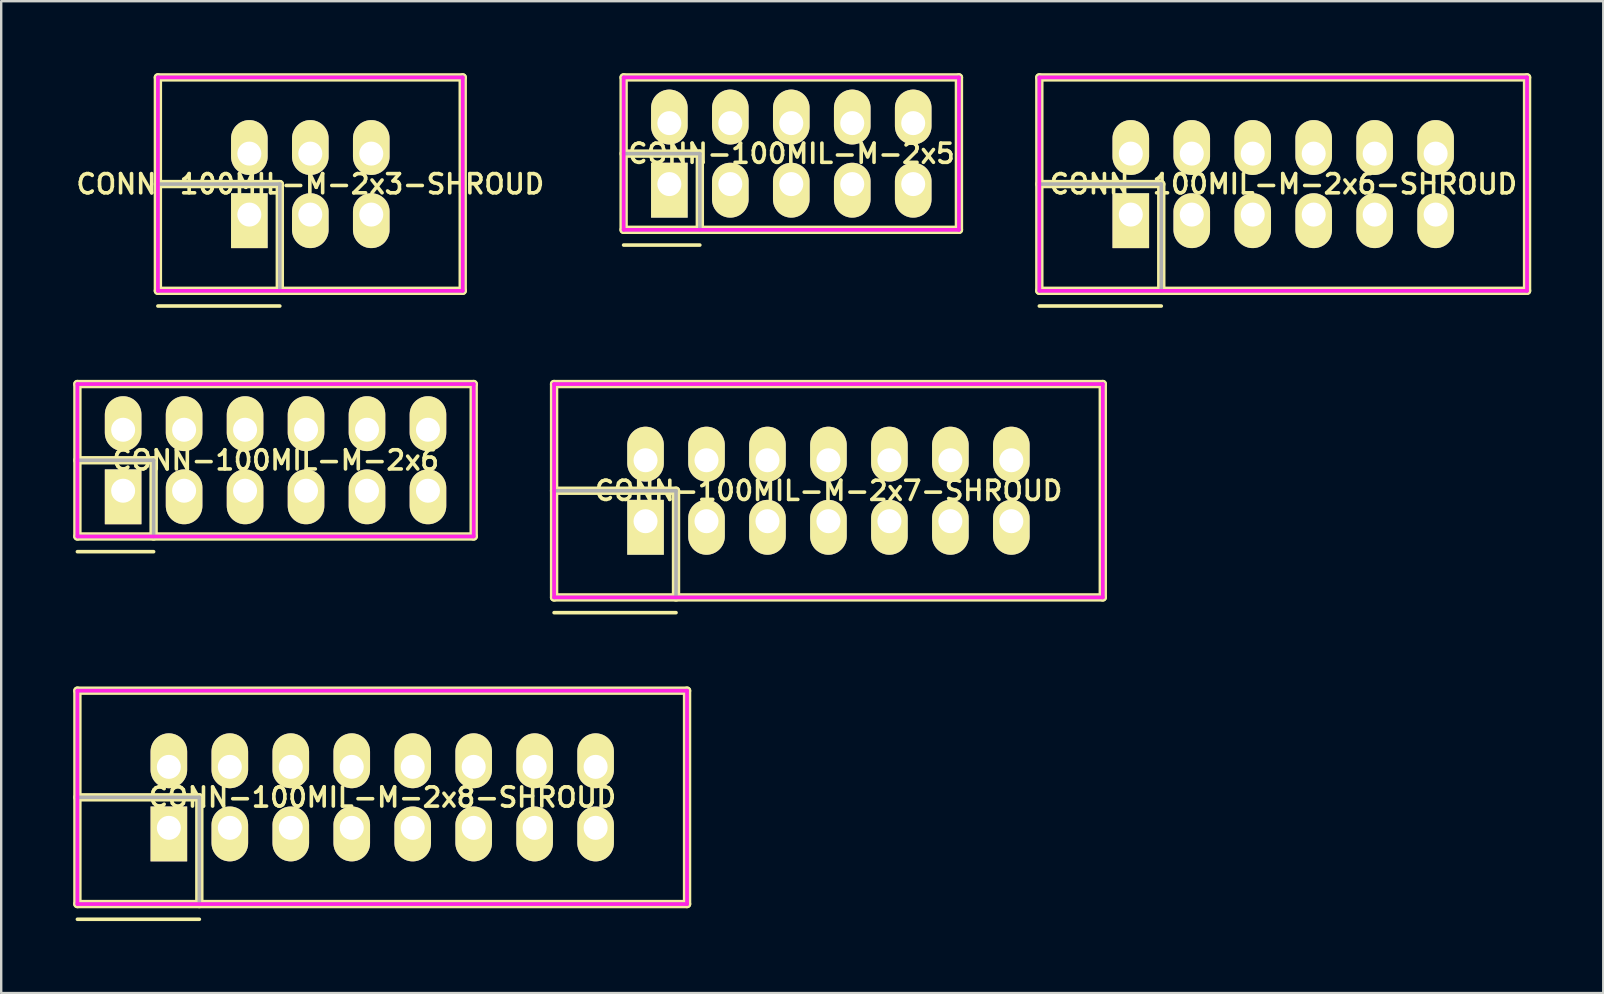
<source format=kicad_pcb>
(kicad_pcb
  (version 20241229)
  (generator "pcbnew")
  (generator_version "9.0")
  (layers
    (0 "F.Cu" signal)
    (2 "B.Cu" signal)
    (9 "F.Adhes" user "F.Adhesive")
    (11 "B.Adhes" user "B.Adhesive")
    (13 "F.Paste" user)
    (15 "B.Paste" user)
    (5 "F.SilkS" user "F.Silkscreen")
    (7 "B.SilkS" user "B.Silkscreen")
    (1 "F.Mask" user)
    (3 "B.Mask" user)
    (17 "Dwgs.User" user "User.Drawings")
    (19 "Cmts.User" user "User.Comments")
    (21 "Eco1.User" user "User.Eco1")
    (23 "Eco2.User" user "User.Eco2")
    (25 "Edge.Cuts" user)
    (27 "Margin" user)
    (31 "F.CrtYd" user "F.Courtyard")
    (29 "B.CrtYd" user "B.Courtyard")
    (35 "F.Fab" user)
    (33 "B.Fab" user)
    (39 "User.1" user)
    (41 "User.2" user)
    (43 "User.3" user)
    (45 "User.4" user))
  (footprint "CONN-100MIL-M-2x6-SHROUD"
    (layer "F.Cu")
    (at 50.412 4.62)
    (property "Reference" "CONN-100MIL-M-2x6-SHROUD" (at 0 0 0) (layer "F.SilkS") (effects (font (size 0.8 0.8) (thickness 0.15))))
    (attr through_hole)
    (fp_line (start -10.16 -4.445) (end 10.16 -4.445) (stroke (width 0.35) (type solid)) (layer "F.SilkS"))
    (fp_line (start -10.16 0) (end -5.08 0) (stroke (width 0.35) (type solid)) (layer "F.SilkS"))
    (fp_line (start -10.16 4.445) (end -10.16 -4.445) (stroke (width 0.35) (type solid)) (layer "F.SilkS"))
    (fp_line (start -10.16 5.08) (end -5.08 5.08) (stroke (width 0.15) (type solid)) (layer "F.SilkS"))
    (fp_line (start -5.08 0) (end -5.08 4.445) (stroke (width 0.35) (type solid)) (layer "F.SilkS"))
    (fp_line (start 10.16 -4.445) (end 10.16 4.445) (stroke (width 0.35) (type solid)) (layer "F.SilkS"))
    (fp_line (start 10.16 4.445) (end -10.16 4.445) (stroke (width 0.35) (type solid)) (layer "F.SilkS"))
    (fp_line (start -10.16 -4.445) (end 10.16 -4.445) (stroke (width 0.15) (type solid)) (layer "F.CrtYd"))
    (fp_line (start -10.16 4.445) (end -10.16 -4.445) (stroke (width 0.15) (type solid)) (layer "F.CrtYd"))
    (fp_line (start 10.16 -4.445) (end 10.16 4.445) (stroke (width 0.15) (type solid)) (layer "F.CrtYd"))
    (fp_line (start 10.16 4.445) (end -10.16 4.445) (stroke (width 0.15) (type solid)) (layer "F.CrtYd"))
    (fp_line (start -10.16 -4.445) (end 10.16 -4.445) (stroke (width 0.15) (type solid)) (layer "F.Fab"))
    (fp_line (start -10.16 0) (end -5.08 0) (stroke (width 0.15) (type solid)) (layer "F.Fab"))
    (fp_line (start -10.16 4.445) (end -10.16 -4.445) (stroke (width 0.15) (type solid)) (layer "F.Fab"))
    (fp_line (start -5.08 0) (end -5.08 4.445) (stroke (width 0.15) (type solid)) (layer "F.Fab"))
    (fp_line (start 10.16 -4.445) (end 10.16 4.445) (stroke (width 0.15) (type solid)) (layer "F.Fab"))
    (fp_line (start 10.16 4.445) (end -10.16 4.445) (stroke (width 0.15) (type solid)) (layer "F.Fab"))
    (pad "1" thru_hole rect (at -6.35 1.27) (size 1.524 2.286) (drill 1 (offset 0 0.254)) (layers "*.Cu" "*.Mask" "F.SilkS"))
    (pad "2" thru_hole oval (at -6.35 -1.27) (size 1.524 2.286) (drill 1 (offset 0 -0.254)) (layers "*.Cu" "*.Mask" "F.SilkS"))
    (pad "3" thru_hole oval (at -3.81 1.27) (size 1.524 2.286) (drill 1 (offset 0 0.254)) (layers "*.Cu" "*.Mask" "F.SilkS"))
    (pad "4" thru_hole oval (at -3.81 -1.27) (size 1.524 2.286) (drill 1 (offset 0 -0.254)) (layers "*.Cu" "*.Mask" "F.SilkS"))
    (pad "5" thru_hole oval (at -1.27 1.27) (size 1.524 2.286) (drill 1 (offset 0 0.254)) (layers "*.Cu" "*.Mask" "F.SilkS"))
    (pad "6" thru_hole oval (at -1.27 -1.27) (size 1.524 2.286) (drill 1 (offset 0 -0.254)) (layers "*.Cu" "*.Mask" "F.SilkS"))
    (pad "7" thru_hole oval (at 1.27 1.27) (size 1.524 2.286) (drill 1 (offset 0 0.254)) (layers "*.Cu" "*.Mask" "F.SilkS"))
    (pad "8" thru_hole oval (at 1.27 -1.27) (size 1.524 2.286) (drill 1 (offset 0 -0.254)) (layers "*.Cu" "*.Mask" "F.SilkS"))
    (pad "9" thru_hole oval (at 3.81 1.27) (size 1.524 2.286) (drill 1 (offset 0 0.254)) (layers "*.Cu" "*.Mask" "F.SilkS"))
    (pad "10" thru_hole oval (at 3.81 -1.27) (size 1.524 2.286) (drill 1 (offset 0 -0.254)) (layers "*.Cu" "*.Mask" "F.SilkS"))
    (pad "11" thru_hole oval (at 6.35 1.27) (size 1.524 2.286) (drill 1 (offset 0 0.254)) (layers "*.Cu" "*.Mask" "F.SilkS"))
    (pad "12" thru_hole oval (at 6.35 -1.27) (size 1.524 2.286) (drill 1 (offset 0 -0.254)) (layers "*.Cu" "*.Mask" "F.SilkS")))
  (footprint "CONN-100MIL-M-2x5"
    (layer "F.Cu")
    (at 29.917 3.35)
    (property "Reference" "CONN-100MIL-M-2x5" (at 0 0 0) (layer "F.SilkS") (effects (font (size 0.8 0.8) (thickness 0.15))))
    (attr through_hole)
    (fp_line (start -6.985 -3.175) (end 6.985 -3.175) (stroke (width 0.35) (type solid)) (layer "F.SilkS"))
    (fp_line (start -6.985 0) (end -3.81 0) (stroke (width 0.35) (type solid)) (layer "F.SilkS"))
    (fp_line (start -6.985 3.175) (end -6.985 -3.175) (stroke (width 0.35) (type solid)) (layer "F.SilkS"))
    (fp_line (start -6.985 3.81) (end -3.81 3.81) (stroke (width 0.15) (type solid)) (layer "F.SilkS"))
    (fp_line (start -3.81 0) (end -3.81 3.175) (stroke (width 0.35) (type solid)) (layer "F.SilkS"))
    (fp_line (start 6.985 -3.175) (end 6.985 3.175) (stroke (width 0.35) (type solid)) (layer "F.SilkS"))
    (fp_line (start 6.985 3.175) (end -6.985 3.175) (stroke (width 0.35) (type solid)) (layer "F.SilkS"))
    (fp_line (start -6.985 -3.175) (end 6.985 -3.175) (stroke (width 0.15) (type solid)) (layer "F.CrtYd"))
    (fp_line (start -6.985 3.175) (end -6.985 -3.175) (stroke (width 0.15) (type solid)) (layer "F.CrtYd"))
    (fp_line (start 6.985 -3.175) (end 6.985 3.175) (stroke (width 0.15) (type solid)) (layer "F.CrtYd"))
    (fp_line (start 6.985 3.175) (end -6.985 3.175) (stroke (width 0.15) (type solid)) (layer "F.CrtYd"))
    (fp_line (start -6.985 -3.175) (end 6.985 -3.175) (stroke (width 0.15) (type solid)) (layer "F.Fab"))
    (fp_line (start -6.985 0) (end -3.81 0) (stroke (width 0.15) (type solid)) (layer "F.Fab"))
    (fp_line (start -6.985 3.175) (end -6.985 -3.175) (stroke (width 0.15) (type solid)) (layer "F.Fab"))
    (fp_line (start -3.81 0) (end -3.81 3.175) (stroke (width 0.15) (type solid)) (layer "F.Fab"))
    (fp_line (start 6.985 -3.175) (end 6.985 3.175) (stroke (width 0.15) (type solid)) (layer "F.Fab"))
    (fp_line (start 6.985 3.175) (end -6.985 3.175) (stroke (width 0.15) (type solid)) (layer "F.Fab"))
    (pad "1" thru_hole rect (at -5.08 1.27) (size 1.524 2.286) (drill 1 (offset 0 0.254)) (layers "*.Cu" "*.Mask" "F.SilkS"))
    (pad "2" thru_hole oval (at -5.08 -1.27) (size 1.524 2.286) (drill 1 (offset 0 -0.254)) (layers "*.Cu" "*.Mask" "F.SilkS"))
    (pad "3" thru_hole oval (at -2.54 1.27) (size 1.524 2.286) (drill 1 (offset 0 0.254)) (layers "*.Cu" "*.Mask" "F.SilkS"))
    (pad "4" thru_hole oval (at -2.54 -1.27) (size 1.524 2.286) (drill 1 (offset 0 -0.254)) (layers "*.Cu" "*.Mask" "F.SilkS"))
    (pad "5" thru_hole oval (at 0 1.27) (size 1.524 2.286) (drill 1 (offset 0 0.254)) (layers "*.Cu" "*.Mask" "F.SilkS"))
    (pad "6" thru_hole oval (at 0 -1.27) (size 1.524 2.286) (drill 1 (offset 0 -0.254)) (layers "*.Cu" "*.Mask" "F.SilkS"))
    (pad "7" thru_hole oval (at 2.54 1.27) (size 1.524 2.286) (drill 1 (offset 0 0.254)) (layers "*.Cu" "*.Mask" "F.SilkS"))
    (pad "8" thru_hole oval (at 2.54 -1.27) (size 1.524 2.286) (drill 1 (offset 0 -0.254)) (layers "*.Cu" "*.Mask" "F.SilkS"))
    (pad "9" thru_hole oval (at 5.08 1.27) (size 1.524 2.286) (drill 1 (offset 0 0.254)) (layers "*.Cu" "*.Mask" "F.SilkS"))
    (pad "10" thru_hole oval (at 5.08 -1.27) (size 1.524 2.286) (drill 1 (offset 0 -0.254)) (layers "*.Cu" "*.Mask" "F.SilkS")))
  (footprint "CONN-100MIL-M-2x3-SHROUD"
    (layer "F.Cu")
    (at 9.878 4.62)
    (property "Reference" "CONN-100MIL-M-2x3-SHROUD" (at 0 0 0) (layer "F.SilkS") (effects (font (size 0.8 0.8) (thickness 0.15))))
    (attr through_hole)
    (fp_line (start -6.35 -4.445) (end 6.35 -4.445) (stroke (width 0.35) (type solid)) (layer "F.SilkS"))
    (fp_line (start -6.35 0) (end -1.27 0) (stroke (width 0.35) (type solid)) (layer "F.SilkS"))
    (fp_line (start -6.35 4.445) (end -6.35 -4.445) (stroke (width 0.35) (type solid)) (layer "F.SilkS"))
    (fp_line (start -6.35 5.08) (end -1.27 5.08) (stroke (width 0.15) (type solid)) (layer "F.SilkS"))
    (fp_line (start -1.27 0) (end -1.27 4.445) (stroke (width 0.35) (type solid)) (layer "F.SilkS"))
    (fp_line (start 6.35 -4.445) (end 6.35 4.445) (stroke (width 0.35) (type solid)) (layer "F.SilkS"))
    (fp_line (start 6.35 4.445) (end -6.35 4.445) (stroke (width 0.35) (type solid)) (layer "F.SilkS"))
    (fp_line (start -6.35 -4.445) (end 6.35 -4.445) (stroke (width 0.15) (type solid)) (layer "F.CrtYd"))
    (fp_line (start -6.35 4.445) (end -6.35 -4.445) (stroke (width 0.15) (type solid)) (layer "F.CrtYd"))
    (fp_line (start 6.35 -4.445) (end 6.35 4.445) (stroke (width 0.15) (type solid)) (layer "F.CrtYd"))
    (fp_line (start 6.35 4.445) (end -6.35 4.445) (stroke (width 0.15) (type solid)) (layer "F.CrtYd"))
    (fp_line (start -6.35 -4.445) (end 6.35 -4.445) (stroke (width 0.15) (type solid)) (layer "F.Fab"))
    (fp_line (start -6.35 0) (end -1.27 0) (stroke (width 0.15) (type solid)) (layer "F.Fab"))
    (fp_line (start -6.35 4.445) (end -6.35 -4.445) (stroke (width 0.15) (type solid)) (layer "F.Fab"))
    (fp_line (start -1.27 0) (end -1.27 4.445) (stroke (width 0.15) (type solid)) (layer "F.Fab"))
    (fp_line (start 6.35 -4.445) (end 6.35 4.445) (stroke (width 0.15) (type solid)) (layer "F.Fab"))
    (fp_line (start 6.35 4.445) (end -6.35 4.445) (stroke (width 0.15) (type solid)) (layer "F.Fab"))
    (pad "1" thru_hole rect (at -2.54 1.27) (size 1.524 2.286) (drill 1 (offset 0 0.254)) (layers "*.Cu" "*.Mask" "F.SilkS"))
    (pad "2" thru_hole oval (at -2.54 -1.27) (size 1.524 2.286) (drill 1 (offset 0 -0.254)) (layers "*.Cu" "*.Mask" "F.SilkS"))
    (pad "3" thru_hole oval (at 0 1.27) (size 1.524 2.286) (drill 1 (offset 0 0.254)) (layers "*.Cu" "*.Mask" "F.SilkS"))
    (pad "4" thru_hole oval (at 0 -1.27) (size 1.524 2.286) (drill 1 (offset 0 -0.254)) (layers "*.Cu" "*.Mask" "F.SilkS"))
    (pad "5" thru_hole oval (at 2.54 1.27) (size 1.524 2.286) (drill 1 (offset 0 0.254)) (layers "*.Cu" "*.Mask" "F.SilkS"))
    (pad "6" thru_hole oval (at 2.54 -1.27) (size 1.524 2.286) (drill 1 (offset 0 -0.254)) (layers "*.Cu" "*.Mask" "F.SilkS")))
  (footprint "CONN-100MIL-M-2x7-SHROUD"
    (layer "F.Cu")
    (at 31.465 17.395)
    (property "Reference" "CONN-100MIL-M-2x7-SHROUD" (at 0 0 0) (layer "F.SilkS") (effects (font (size 0.8 0.8) (thickness 0.15))))
    (attr through_hole)
    (fp_line (start -11.43 -4.445) (end 11.43 -4.445) (stroke (width 0.35) (type solid)) (layer "F.SilkS"))
    (fp_line (start -11.43 0) (end -6.35 0) (stroke (width 0.35) (type solid)) (layer "F.SilkS"))
    (fp_line (start -11.43 4.445) (end -11.43 -4.445) (stroke (width 0.35) (type solid)) (layer "F.SilkS"))
    (fp_line (start -11.43 5.08) (end -6.35 5.08) (stroke (width 0.15) (type solid)) (layer "F.SilkS"))
    (fp_line (start -6.35 0) (end -6.35 4.445) (stroke (width 0.35) (type solid)) (layer "F.SilkS"))
    (fp_line (start 11.43 -4.445) (end 11.43 4.445) (stroke (width 0.35) (type solid)) (layer "F.SilkS"))
    (fp_line (start 11.43 4.445) (end -11.43 4.445) (stroke (width 0.35) (type solid)) (layer "F.SilkS"))
    (fp_line (start -11.43 -4.445) (end 11.43 -4.445) (stroke (width 0.15) (type solid)) (layer "F.CrtYd"))
    (fp_line (start -11.43 4.445) (end -11.43 -4.445) (stroke (width 0.15) (type solid)) (layer "F.CrtYd"))
    (fp_line (start 11.43 -4.445) (end 11.43 4.445) (stroke (width 0.15) (type solid)) (layer "F.CrtYd"))
    (fp_line (start 11.43 4.445) (end -11.43 4.445) (stroke (width 0.15) (type solid)) (layer "F.CrtYd"))
    (fp_line (start -11.43 -4.445) (end 11.43 -4.445) (stroke (width 0.15) (type solid)) (layer "F.Fab"))
    (fp_line (start -11.43 0) (end -6.35 0) (stroke (width 0.15) (type solid)) (layer "F.Fab"))
    (fp_line (start -11.43 4.445) (end -11.43 -4.445) (stroke (width 0.15) (type solid)) (layer "F.Fab"))
    (fp_line (start -6.35 0) (end -6.35 4.445) (stroke (width 0.15) (type solid)) (layer "F.Fab"))
    (fp_line (start 11.43 -4.445) (end 11.43 4.445) (stroke (width 0.15) (type solid)) (layer "F.Fab"))
    (fp_line (start 11.43 4.445) (end -11.43 4.445) (stroke (width 0.15) (type solid)) (layer "F.Fab"))
    (pad "1" thru_hole rect (at -7.62 1.27) (size 1.524 2.286) (drill 1 (offset 0 0.254)) (layers "*.Cu" "*.Mask" "F.SilkS"))
    (pad "2" thru_hole oval (at -7.62 -1.27) (size 1.524 2.286) (drill 1 (offset 0 -0.254)) (layers "*.Cu" "*.Mask" "F.SilkS"))
    (pad "3" thru_hole oval (at -5.08 1.27) (size 1.524 2.286) (drill 1 (offset 0 0.254)) (layers "*.Cu" "*.Mask" "F.SilkS"))
    (pad "4" thru_hole oval (at -5.08 -1.27) (size 1.524 2.286) (drill 1 (offset 0 -0.254)) (layers "*.Cu" "*.Mask" "F.SilkS"))
    (pad "5" thru_hole oval (at -2.54 1.27) (size 1.524 2.286) (drill 1 (offset 0 0.254)) (layers "*.Cu" "*.Mask" "F.SilkS"))
    (pad "6" thru_hole oval (at -2.54 -1.27) (size 1.524 2.286) (drill 1 (offset 0 -0.254)) (layers "*.Cu" "*.Mask" "F.SilkS"))
    (pad "7" thru_hole oval (at 0 1.27) (size 1.524 2.286) (drill 1 (offset 0 0.254)) (layers "*.Cu" "*.Mask" "F.SilkS"))
    (pad "8" thru_hole oval (at 0 -1.27) (size 1.524 2.286) (drill 1 (offset 0 -0.254)) (layers "*.Cu" "*.Mask" "F.SilkS"))
    (pad "9" thru_hole oval (at 2.54 1.27) (size 1.524 2.286) (drill 1 (offset 0 0.254)) (layers "*.Cu" "*.Mask" "F.SilkS"))
    (pad "10" thru_hole oval (at 2.54 -1.27) (size 1.524 2.286) (drill 1 (offset 0 -0.254)) (layers "*.Cu" "*.Mask" "F.SilkS"))
    (pad "11" thru_hole oval (at 5.08 1.27) (size 1.524 2.286) (drill 1 (offset 0 0.254)) (layers "*.Cu" "*.Mask" "F.SilkS"))
    (pad "12" thru_hole oval (at 5.08 -1.27) (size 1.524 2.286) (drill 1 (offset 0 -0.254)) (layers "*.Cu" "*.Mask" "F.SilkS"))
    (pad "13" thru_hole oval (at 7.62 1.27) (size 1.524 2.286) (drill 1 (offset 0 0.254)) (layers "*.Cu" "*.Mask" "F.SilkS"))
    (pad "14" thru_hole oval (at 7.62 -1.27) (size 1.524 2.286) (drill 1 (offset 0 -0.254)) (layers "*.Cu" "*.Mask" "F.SilkS")))
  (footprint "CONN-100MIL-M-2x6"
    (layer "F.Cu")
    (at 8.43 16.125)
    (property "Reference" "CONN-100MIL-M-2x6" (at 0 0 0) (layer "F.SilkS") (effects (font (size 0.8 0.8) (thickness 0.15))))
    (attr through_hole)
    (fp_line (start -8.255 -3.175) (end 8.255 -3.175) (stroke (width 0.35) (type solid)) (layer "F.SilkS"))
    (fp_line (start -8.255 0) (end -5.08 0) (stroke (width 0.35) (type solid)) (layer "F.SilkS"))
    (fp_line (start -8.255 3.175) (end -8.255 -3.175) (stroke (width 0.35) (type solid)) (layer "F.SilkS"))
    (fp_line (start -8.255 3.81) (end -5.08 3.81) (stroke (width 0.15) (type solid)) (layer "F.SilkS"))
    (fp_line (start -5.08 0) (end -5.08 3.175) (stroke (width 0.35) (type solid)) (layer "F.SilkS"))
    (fp_line (start 8.255 -3.175) (end 8.255 3.175) (stroke (width 0.35) (type solid)) (layer "F.SilkS"))
    (fp_line (start 8.255 3.175) (end -8.255 3.175) (stroke (width 0.35) (type solid)) (layer "F.SilkS"))
    (fp_line (start -8.255 -3.175) (end 8.255 -3.175) (stroke (width 0.15) (type solid)) (layer "F.CrtYd"))
    (fp_line (start -8.255 3.175) (end -8.255 -3.175) (stroke (width 0.15) (type solid)) (layer "F.CrtYd"))
    (fp_line (start 8.255 -3.175) (end 8.255 3.175) (stroke (width 0.15) (type solid)) (layer "F.CrtYd"))
    (fp_line (start 8.255 3.175) (end -8.255 3.175) (stroke (width 0.15) (type solid)) (layer "F.CrtYd"))
    (fp_line (start -8.255 -3.175) (end 8.255 -3.175) (stroke (width 0.15) (type solid)) (layer "F.Fab"))
    (fp_line (start -8.255 0) (end -5.08 0) (stroke (width 0.15) (type solid)) (layer "F.Fab"))
    (fp_line (start -8.255 3.175) (end -8.255 -3.175) (stroke (width 0.15) (type solid)) (layer "F.Fab"))
    (fp_line (start -5.08 0) (end -5.08 3.175) (stroke (width 0.15) (type solid)) (layer "F.Fab"))
    (fp_line (start 8.255 -3.175) (end 8.255 3.175) (stroke (width 0.15) (type solid)) (layer "F.Fab"))
    (fp_line (start 8.255 3.175) (end -8.255 3.175) (stroke (width 0.15) (type solid)) (layer "F.Fab"))
    (pad "1" thru_hole rect (at -6.35 1.27) (size 1.524 2.286) (drill 1 (offset 0 0.254)) (layers "*.Cu" "*.Mask" "F.SilkS"))
    (pad "2" thru_hole oval (at -6.35 -1.27) (size 1.524 2.286) (drill 1 (offset 0 -0.254)) (layers "*.Cu" "*.Mask" "F.SilkS"))
    (pad "3" thru_hole oval (at -3.81 1.27) (size 1.524 2.286) (drill 1 (offset 0 0.254)) (layers "*.Cu" "*.Mask" "F.SilkS"))
    (pad "4" thru_hole oval (at -3.81 -1.27) (size 1.524 2.286) (drill 1 (offset 0 -0.254)) (layers "*.Cu" "*.Mask" "F.SilkS"))
    (pad "5" thru_hole oval (at -1.27 1.27) (size 1.524 2.286) (drill 1 (offset 0 0.254)) (layers "*.Cu" "*.Mask" "F.SilkS"))
    (pad "6" thru_hole oval (at -1.27 -1.27) (size 1.524 2.286) (drill 1 (offset 0 -0.254)) (layers "*.Cu" "*.Mask" "F.SilkS"))
    (pad "7" thru_hole oval (at 1.27 1.27) (size 1.524 2.286) (drill 1 (offset 0 0.254)) (layers "*.Cu" "*.Mask" "F.SilkS"))
    (pad "8" thru_hole oval (at 1.27 -1.27) (size 1.524 2.286) (drill 1 (offset 0 -0.254)) (layers "*.Cu" "*.Mask" "F.SilkS"))
    (pad "9" thru_hole oval (at 3.81 1.27) (size 1.524 2.286) (drill 1 (offset 0 0.254)) (layers "*.Cu" "*.Mask" "F.SilkS"))
    (pad "10" thru_hole oval (at 3.81 -1.27) (size 1.524 2.286) (drill 1 (offset 0 -0.254)) (layers "*.Cu" "*.Mask" "F.SilkS"))
    (pad "11" thru_hole oval (at 6.35 1.27) (size 1.524 2.286) (drill 1 (offset 0 0.254)) (layers "*.Cu" "*.Mask" "F.SilkS"))
    (pad "12" thru_hole oval (at 6.35 -1.27) (size 1.524 2.286) (drill 1 (offset 0 -0.254)) (layers "*.Cu" "*.Mask" "F.SilkS")))
  (footprint "CONN-100MIL-M-2x8-SHROUD"
    (layer "F.Cu")
    (at 12.875 30.17)
    (property "Reference" "CONN-100MIL-M-2x8-SHROUD" (at 0 0 0) (layer "F.SilkS") (effects (font (size 0.8 0.8) (thickness 0.15))))
    (attr through_hole)
    (fp_line (start -12.7 -4.445) (end 12.7 -4.445) (stroke (width 0.35) (type solid)) (layer "F.SilkS"))
    (fp_line (start -12.7 0) (end -7.62 0) (stroke (width 0.35) (type solid)) (layer "F.SilkS"))
    (fp_line (start -12.7 4.445) (end -12.7 -4.445) (stroke (width 0.35) (type solid)) (layer "F.SilkS"))
    (fp_line (start -12.7 5.08) (end -7.62 5.08) (stroke (width 0.15) (type solid)) (layer "F.SilkS"))
    (fp_line (start -7.62 0) (end -7.62 4.445) (stroke (width 0.35) (type solid)) (layer "F.SilkS"))
    (fp_line (start 12.7 -4.445) (end 12.7 4.445) (stroke (width 0.35) (type solid)) (layer "F.SilkS"))
    (fp_line (start 12.7 4.445) (end -12.7 4.445) (stroke (width 0.35) (type solid)) (layer "F.SilkS"))
    (fp_line (start -12.7 -4.445) (end 12.7 -4.445) (stroke (width 0.15) (type solid)) (layer "F.CrtYd"))
    (fp_line (start -12.7 4.445) (end -12.7 -4.445) (stroke (width 0.15) (type solid)) (layer "F.CrtYd"))
    (fp_line (start 12.7 -4.445) (end 12.7 4.445) (stroke (width 0.15) (type solid)) (layer "F.CrtYd"))
    (fp_line (start 12.7 4.445) (end -12.7 4.445) (stroke (width 0.15) (type solid)) (layer "F.CrtYd"))
    (fp_line (start -12.7 -4.445) (end 12.7 -4.445) (stroke (width 0.15) (type solid)) (layer "F.Fab"))
    (fp_line (start -12.7 0) (end -7.62 0) (stroke (width 0.15) (type solid)) (layer "F.Fab"))
    (fp_line (start -12.7 4.445) (end -12.7 -4.445) (stroke (width 0.15) (type solid)) (layer "F.Fab"))
    (fp_line (start -7.62 0) (end -7.62 4.445) (stroke (width 0.15) (type solid)) (layer "F.Fab"))
    (fp_line (start 12.7 -4.445) (end 12.7 4.445) (stroke (width 0.15) (type solid)) (layer "F.Fab"))
    (fp_line (start 12.7 4.445) (end -12.7 4.445) (stroke (width 0.15) (type solid)) (layer "F.Fab"))
    (pad "1" thru_hole rect (at -8.89 1.27) (size 1.524 2.286) (drill 1 (offset 0 0.254)) (layers "*.Cu" "*.Mask" "F.SilkS"))
    (pad "2" thru_hole oval (at -8.89 -1.27) (size 1.524 2.286) (drill 1 (offset 0 -0.254)) (layers "*.Cu" "*.Mask" "F.SilkS"))
    (pad "3" thru_hole oval (at -6.35 1.27) (size 1.524 2.286) (drill 1 (offset 0 0.254)) (layers "*.Cu" "*.Mask" "F.SilkS"))
    (pad "4" thru_hole oval (at -6.35 -1.27) (size 1.524 2.286) (drill 1 (offset 0 -0.254)) (layers "*.Cu" "*.Mask" "F.SilkS"))
    (pad "5" thru_hole oval (at -3.81 1.27) (size 1.524 2.286) (drill 1 (offset 0 0.254)) (layers "*.Cu" "*.Mask" "F.SilkS"))
    (pad "6" thru_hole oval (at -3.81 -1.27) (size 1.524 2.286) (drill 1 (offset 0 -0.254)) (layers "*.Cu" "*.Mask" "F.SilkS"))
    (pad "7" thru_hole oval (at -1.27 1.27) (size 1.524 2.286) (drill 1 (offset 0 0.254)) (layers "*.Cu" "*.Mask" "F.SilkS"))
    (pad "8" thru_hole oval (at -1.27 -1.27) (size 1.524 2.286) (drill 1 (offset 0 -0.254)) (layers "*.Cu" "*.Mask" "F.SilkS"))
    (pad "9" thru_hole oval (at 1.27 1.27) (size 1.524 2.286) (drill 1 (offset 0 0.254)) (layers "*.Cu" "*.Mask" "F.SilkS"))
    (pad "10" thru_hole oval (at 1.27 -1.27) (size 1.524 2.286) (drill 1 (offset 0 -0.254)) (layers "*.Cu" "*.Mask" "F.SilkS"))
    (pad "11" thru_hole oval (at 3.81 1.27) (size 1.524 2.286) (drill 1 (offset 0 0.254)) (layers "*.Cu" "*.Mask" "F.SilkS"))
    (pad "12" thru_hole oval (at 3.81 -1.27) (size 1.524 2.286) (drill 1 (offset 0 -0.254)) (layers "*.Cu" "*.Mask" "F.SilkS"))
    (pad "13" thru_hole oval (at 6.35 1.27) (size 1.524 2.286) (drill 1 (offset 0 0.254)) (layers "*.Cu" "*.Mask" "F.SilkS"))
    (pad "14" thru_hole oval (at 6.35 -1.27) (size 1.524 2.286) (drill 1 (offset 0 -0.254)) (layers "*.Cu" "*.Mask" "F.SilkS"))
    (pad "15" thru_hole oval (at 8.89 1.27) (size 1.524 2.286) (drill 1 (offset 0 0.254)) (layers "*.Cu" "*.Mask" "F.SilkS"))
    (pad "16" thru_hole oval (at 8.89 -1.27) (size 1.524 2.286) (drill 1 (offset 0 -0.254)) (layers "*.Cu" "*.Mask" "F.SilkS")))
  (gr_rect
    (start -3 -3)
    (end 63.747 38.325)
    (stroke (width 0.1) (type default))
    (fill no)
    (layer "Edge.Cuts")))
</source>
